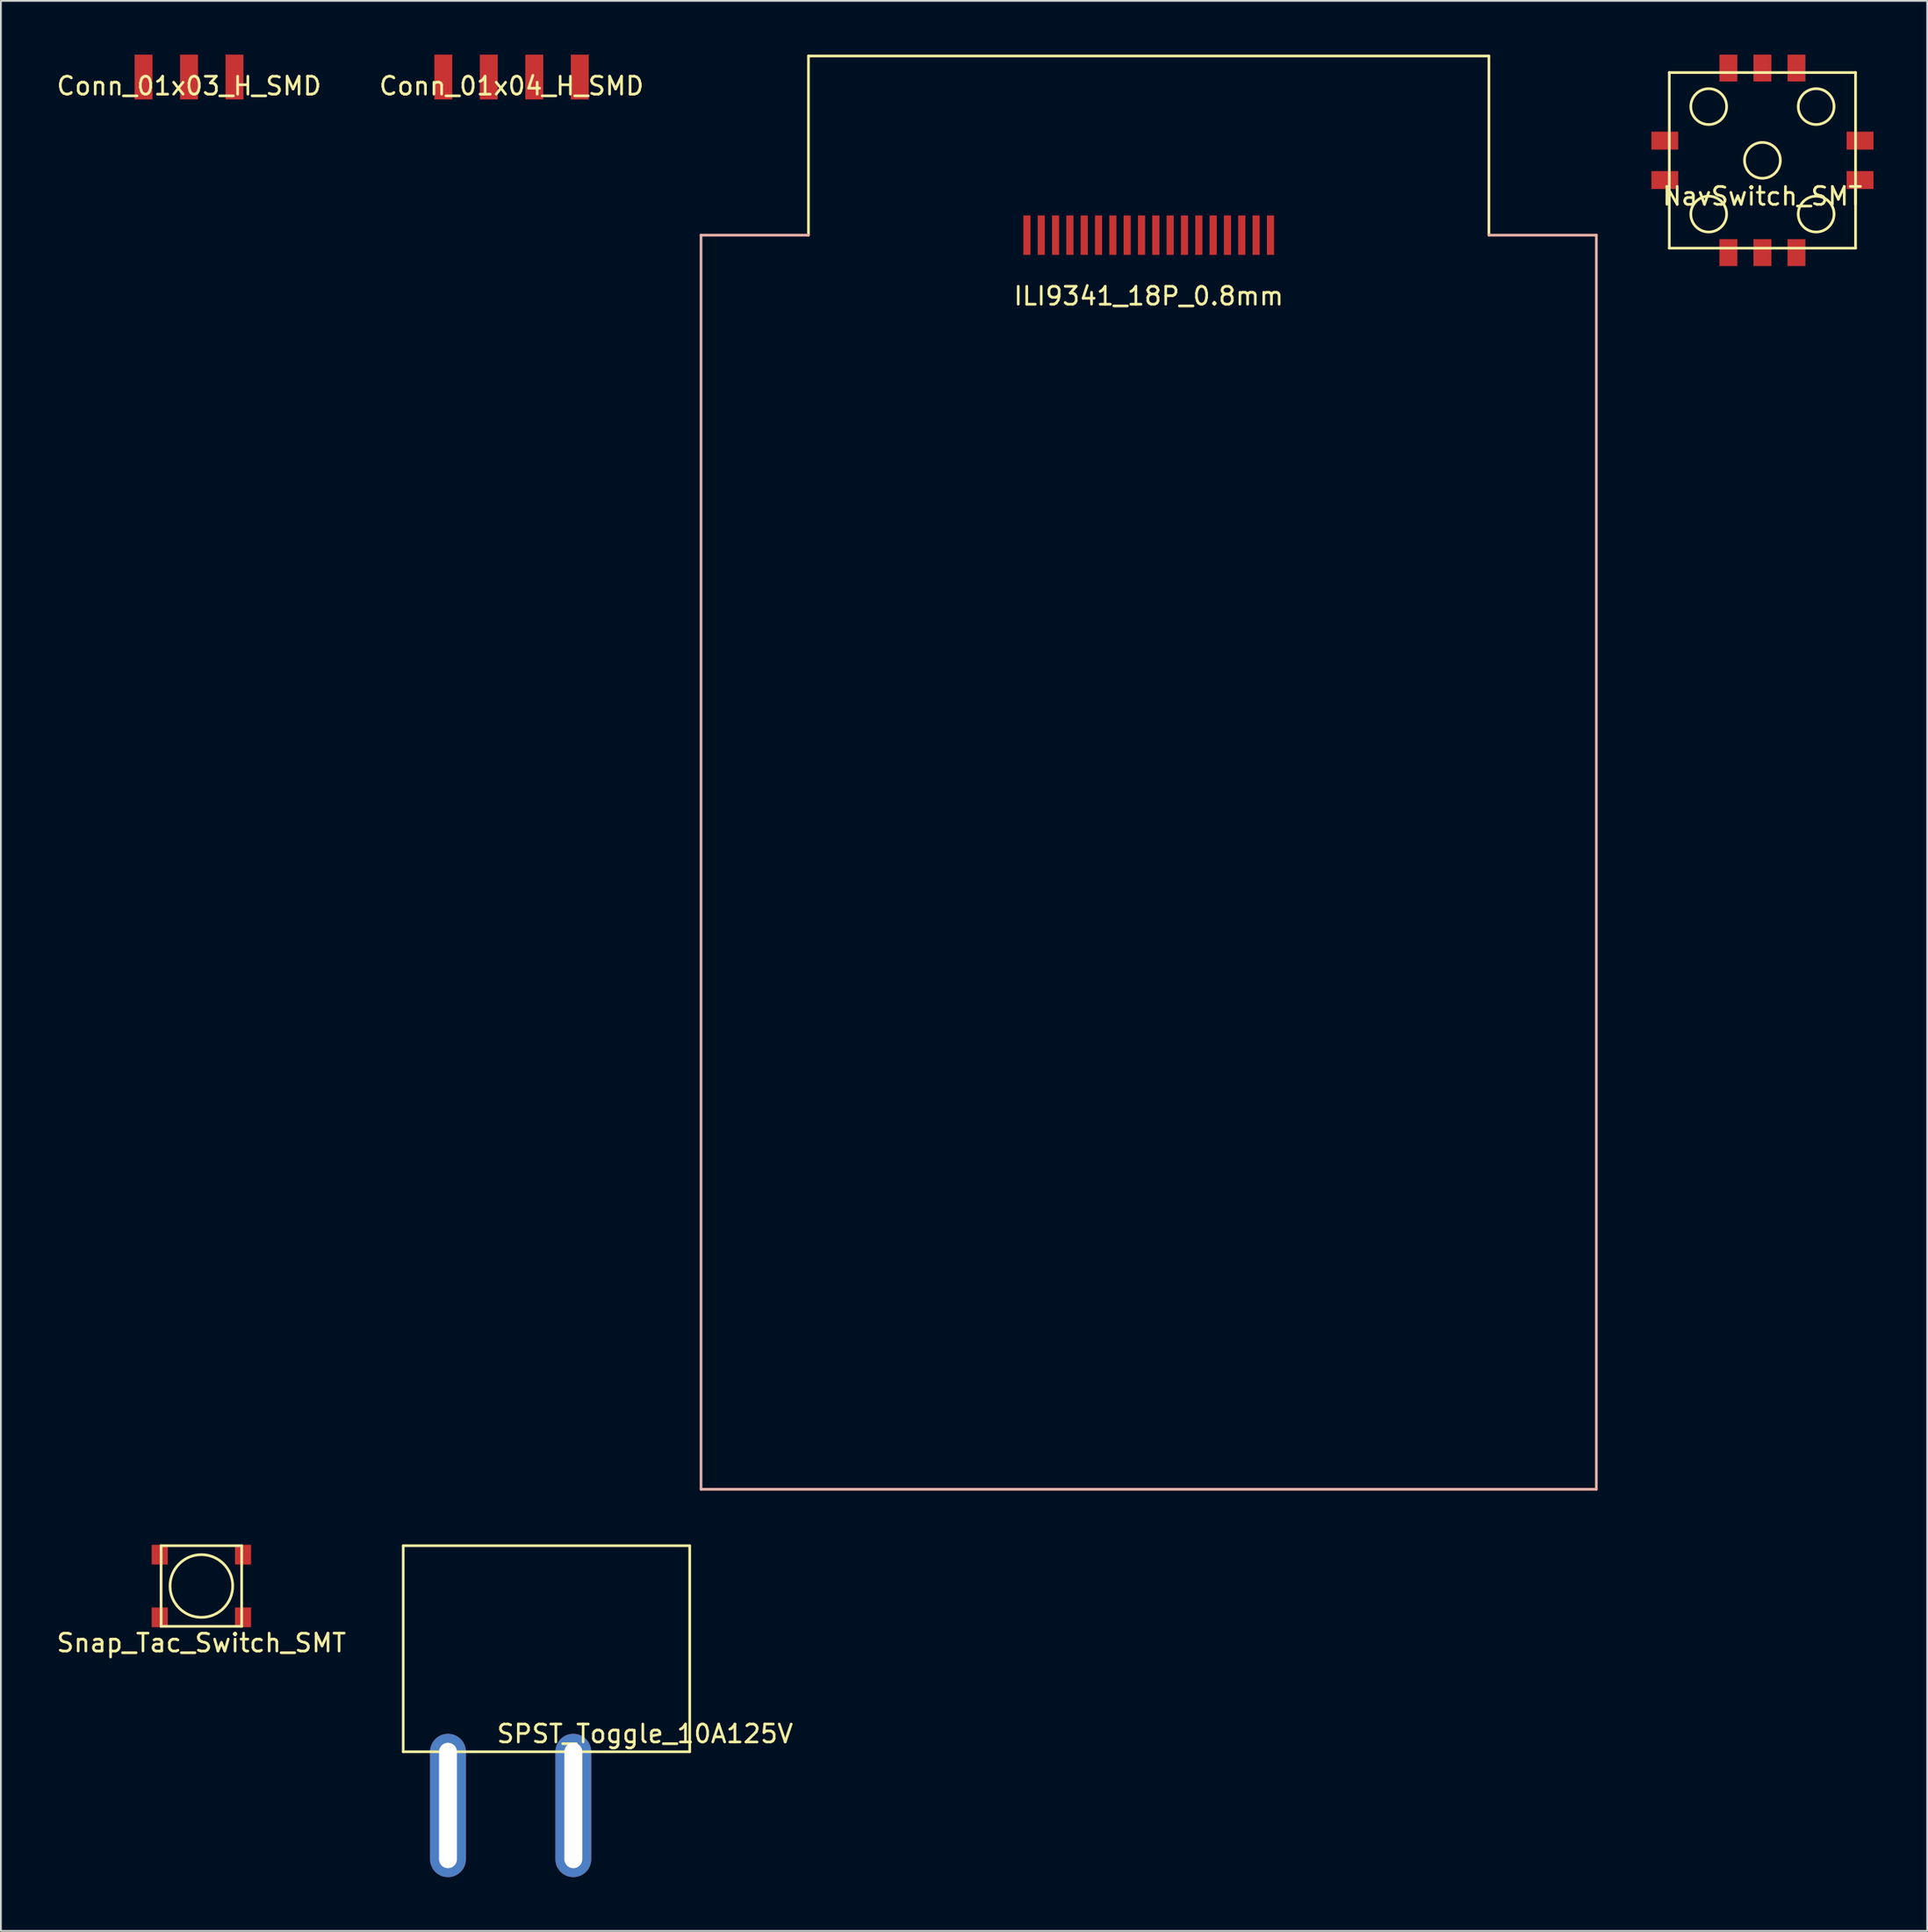
<source format=kicad_pcb>
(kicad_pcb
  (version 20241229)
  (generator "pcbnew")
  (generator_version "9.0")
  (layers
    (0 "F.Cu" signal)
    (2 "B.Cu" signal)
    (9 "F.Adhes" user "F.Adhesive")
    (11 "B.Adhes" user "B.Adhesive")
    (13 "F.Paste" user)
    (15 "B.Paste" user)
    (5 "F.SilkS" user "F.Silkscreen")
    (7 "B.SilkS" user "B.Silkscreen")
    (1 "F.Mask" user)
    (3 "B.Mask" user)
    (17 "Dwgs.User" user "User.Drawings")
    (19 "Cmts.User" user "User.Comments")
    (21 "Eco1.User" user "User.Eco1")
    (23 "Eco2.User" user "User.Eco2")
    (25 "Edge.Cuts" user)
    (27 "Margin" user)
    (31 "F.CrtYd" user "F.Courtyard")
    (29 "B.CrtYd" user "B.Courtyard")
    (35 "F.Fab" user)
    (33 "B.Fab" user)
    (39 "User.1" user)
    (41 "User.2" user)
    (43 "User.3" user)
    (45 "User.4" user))
  (footprint "Conn_01x03_H_SMD"
    (layer "F.Cu")
    (at 7.506 1.25)
    (property "Reference" "Conn_01x03_H_SMD" (at 0 0.5 0) (layer "F.SilkS") (effects (font (size 1 1) (thickness 0.15))))
    (attr through_hole)
    (pad "1" smd rect (at -2.54 0) (size 1 2.5) (layers "F.Cu" "F.Mask" "F.Paste"))
    (pad "2" smd rect (at 0 0) (size 1 2.5) (layers "F.Cu" "F.Mask" "F.Paste"))
    (pad "3" smd rect (at 2.54 0) (size 1 2.5) (layers "F.Cu" "F.Mask" "F.Paste")))
  (footprint "NavSwitch_SMT"
    (layer "F.Cu")
    (at 95.374 5.9)
    (property "Reference" "NavSwitch_SMT" (at 0 2 0) (layer "F.SilkS") (effects (font (size 1 1) (thickness 0.15))))
    (attr through_hole)
    (fp_line (start -5.2 -4.9) (end 5.2 -4.9) (stroke (width 0.15) (type solid)) (layer "F.SilkS"))
    (fp_line (start -5.2 4.9) (end -5.2 -4.9) (stroke (width 0.15) (type solid)) (layer "F.SilkS"))
    (fp_line (start 5.2 -4.9) (end 5.2 4.9) (stroke (width 0.15) (type solid)) (layer "F.SilkS"))
    (fp_line (start 5.2 4.9) (end -5.2 4.9) (stroke (width 0.15) (type solid)) (layer "F.SilkS"))
    (fp_circle (center -3 -3) (end -2 -3) (stroke (width 0.15) (type solid)) (fill no) (layer "F.SilkS"))
    (fp_circle (center -3 3) (end -2 3) (stroke (width 0.15) (type solid)) (fill no) (layer "F.SilkS"))
    (fp_circle (center 0 0) (end 1 0) (stroke (width 0.15) (type solid)) (fill no) (layer "F.SilkS"))
    (fp_circle (center 3 -3) (end 4 -3) (stroke (width 0.15) (type solid)) (fill no) (layer "F.SilkS"))
    (fp_circle (center 3 3) (end 2 3) (stroke (width 0.15) (type solid)) (fill no) (layer "F.SilkS"))
    (pad "1" smd rect (at -1.9 -5.15) (size 1 1.5) (layers "F.Cu" "F.Mask" "F.Paste"))
    (pad "2" smd rect (at 0 -5.15) (size 1 1.5) (layers "F.Cu" "F.Mask" "F.Paste"))
    (pad "3" smd rect (at 1.9 -5.15) (size 1 1.5) (layers "F.Cu" "F.Mask" "F.Paste"))
    (pad "4" smd rect (at 1.9 5.15) (size 1 1.5) (layers "F.Cu" "F.Mask" "F.Paste"))
    (pad "5" smd rect (at -1.9 5.15) (size 1 1.5) (layers "F.Cu" "F.Mask" "F.Paste"))
    (pad "6" smd rect (at -5.45 -1.1) (size 1.5 1) (layers "F.Cu" "F.Mask" "F.Paste"))
    (pad "6" smd rect (at -5.45 1.1) (size 1.5 1) (layers "F.Cu" "F.Mask" "F.Paste"))
    (pad "6" smd rect (at 0 5.15) (size 1 1.5) (layers "F.Cu" "F.Mask" "F.Paste"))
    (pad "6" smd rect (at 5.45 -1.1) (size 1.5 1) (layers "F.Cu" "F.Mask" "F.Paste"))
    (pad "6" smd rect (at 5.45 1.1) (size 1.5 1) (layers "F.Cu" "F.Mask" "F.Paste")))
  (footprint "SPST_Toggle_10A125V"
    (layer "F.Cu")
    (at 21.968 94.725)
    (property "Reference" "SPST_Toggle_10A125V" (at 11 -1 0) (layer "F.SilkS") (effects (font (size 1 1) (thickness 0.15))))
    (attr through_hole)
    (fp_line (start -2.5 -11.5) (end -2.5 0) (stroke (width 0.15) (type solid)) (layer "F.SilkS"))
    (fp_line (start -2.5 0) (end 13.5 0) (stroke (width 0.15) (type solid)) (layer "F.SilkS"))
    (fp_line (start 13.5 -11.5) (end -2.5 -11.5) (stroke (width 0.15) (type solid)) (layer "F.SilkS"))
    (fp_line (start 13.5 0) (end 13.5 -11.5) (stroke (width 0.15) (type solid)) (layer "F.SilkS"))
    (pad "1" thru_hole oval (at 0 3) (size 2 8) (drill oval 1 7) (layers "*.Cu" "*.Mask"))
    (pad "2" thru_hole oval (at 7 3) (size 2 8) (drill oval 1 7) (layers "*.Cu" "*.Mask")))
  (footprint "Snap_Tac_Switch_SMT"
    (layer "F.Cu")
    (at 8.196 85.475)
    (property "Reference" "Snap_Tac_Switch_SMT" (at 0 3.175 0) (layer "F.SilkS") (effects (font (size 1 1) (thickness 0.15))))
    (attr through_hole)
    (fp_line (start -2.25 -2.25) (end 2.25 -2.25) (stroke (width 0.15) (type solid)) (layer "F.SilkS"))
    (fp_line (start -2.25 2.25) (end -2.25 -2.25) (stroke (width 0.15) (type solid)) (layer "F.SilkS"))
    (fp_line (start 2.25 -2.25) (end 2.25 2.25) (stroke (width 0.15) (type solid)) (layer "F.SilkS"))
    (fp_line (start 2.25 2.25) (end -2.25 2.25) (stroke (width 0.15) (type solid)) (layer "F.SilkS"))
    (fp_circle (center 0 0) (end 1.75 0) (stroke (width 0.15) (type solid)) (fill no) (layer "F.SilkS"))
    (pad "1" smd rect (at -2.325 -1.75) (size 0.9 1.1) (layers "F.Cu" "F.Mask" "F.Paste"))
    (pad "1" smd rect (at 2.325 -1.75) (size 0.9 1.1) (layers "F.Cu" "F.Mask" "F.Paste"))
    (pad "2" smd rect (at -2.325 1.75) (size 0.9 1.1) (layers "F.Cu" "F.Mask" "F.Paste"))
    (pad "2" smd rect (at 2.325 1.75) (size 0.9 1.1) (layers "F.Cu" "F.Mask" "F.Paste")))
  (footprint "Conn_01x04_H_SMD"
    (layer "F.Cu")
    (at 25.518 1.25)
    (property "Reference" "Conn_01x04_H_SMD" (at 0 0.5 0) (layer "F.SilkS") (effects (font (size 1 1) (thickness 0.15))))
    (attr through_hole)
    (pad "1" smd rect (at -3.81 0) (size 1 2.5) (layers "F.Cu" "F.Mask" "F.Paste"))
    (pad "2" smd rect (at -1.27 0) (size 1 2.5) (layers "F.Cu" "F.Mask" "F.Paste"))
    (pad "3" smd rect (at 1.27 0) (size 1 2.5) (layers "F.Cu" "F.Mask" "F.Paste"))
    (pad "4" smd rect (at 3.81 0) (size 1 2.5) (layers "F.Cu" "F.Mask" "F.Paste")))
  (footprint "ILI9341_18P_0.8mm"
    (layer "F.Cu")
    (at 61.099 10.075)
    (property "Reference" "ILI9341_18P_0.8mm" (at 0 3.4 0) (layer "F.SilkS") (effects (font (size 1 1) (thickness 0.15))))
    (attr through_hole)
    (fp_line (start -19 -10) (end -19 0) (stroke (width 0.15) (type solid)) (layer "F.SilkS"))
    (fp_line (start -19 -10) (end 19 -10) (stroke (width 0.15) (type solid)) (layer "F.SilkS"))
    (fp_line (start 19 -10) (end 19 0) (stroke (width 0.15) (type solid)) (layer "F.SilkS"))
    (fp_line (start -25 0) (end -19 0) (stroke (width 0.15) (type solid)) (layer "B.SilkS"))
    (fp_line (start -25 70) (end -25 0) (stroke (width 0.15) (type solid)) (layer "B.SilkS"))
    (fp_line (start 19 0) (end 25 0) (stroke (width 0.15) (type solid)) (layer "B.SilkS"))
    (fp_line (start 25 0) (end 25 70) (stroke (width 0.15) (type solid)) (layer "B.SilkS"))
    (fp_line (start 25 70) (end -25 70) (stroke (width 0.15) (type solid)) (layer "B.SilkS"))
    (pad "1" smd rect (at -6.8 0) (size 0.4 2.2) (layers "F.Cu" "F.Mask" "F.Paste"))
    (pad "2" smd rect (at -6 0) (size 0.4 2.2) (layers "F.Cu" "F.Mask" "F.Paste"))
    (pad "3" smd rect (at -5.2 0) (size 0.4 2.2) (layers "F.Cu" "F.Mask" "F.Paste"))
    (pad "4" smd rect (at -4.4 0) (size 0.4 2.2) (layers "F.Cu" "F.Mask" "F.Paste"))
    (pad "5" smd rect (at -3.6 0) (size 0.4 2.2) (layers "F.Cu" "F.Mask" "F.Paste"))
    (pad "6" smd rect (at -2.8 0) (size 0.4 2.2) (layers "F.Cu" "F.Mask" "F.Paste"))
    (pad "7" smd rect (at -2 0) (size 0.4 2.2) (layers "F.Cu" "F.Mask" "F.Paste"))
    (pad "8" smd rect (at -1.2 0) (size 0.4 2.2) (layers "F.Cu" "F.Mask" "F.Paste"))
    (pad "9" smd rect (at -0.4 0) (size 0.4 2.2) (layers "F.Cu" "F.Mask" "F.Paste"))
    (pad "10" smd rect (at 0.4 0) (size 0.4 2.2) (layers "F.Cu" "F.Mask" "F.Paste"))
    (pad "11" smd rect (at 1.2 0) (size 0.4 2.2) (layers "F.Cu" "F.Mask" "F.Paste"))
    (pad "12" smd rect (at 2 0) (size 0.4 2.2) (layers "F.Cu" "F.Mask" "F.Paste"))
    (pad "13" smd rect (at 2.8 0) (size 0.4 2.2) (layers "F.Cu" "F.Mask" "F.Paste"))
    (pad "14" smd rect (at 3.6 0) (size 0.4 2.2) (layers "F.Cu" "F.Mask" "F.Paste"))
    (pad "15" smd rect (at 4.4 0) (size 0.4 2.2) (layers "F.Cu" "F.Mask" "F.Paste"))
    (pad "16" smd rect (at 5.2 0) (size 0.4 2.2) (layers "F.Cu" "F.Mask" "F.Paste"))
    (pad "17" smd rect (at 6 0) (size 0.4 2.2) (layers "F.Cu" "F.Mask" "F.Paste"))
    (pad "18" smd rect (at 6.8 0) (size 0.4 2.2) (layers "F.Cu" "F.Mask" "F.Paste")))
  (gr_rect
    (start -3 -3)
    (end 104.574 104.725)
    (stroke (width 0.1) (type default))
    (fill no)
    (layer "Edge.Cuts")))
</source>
